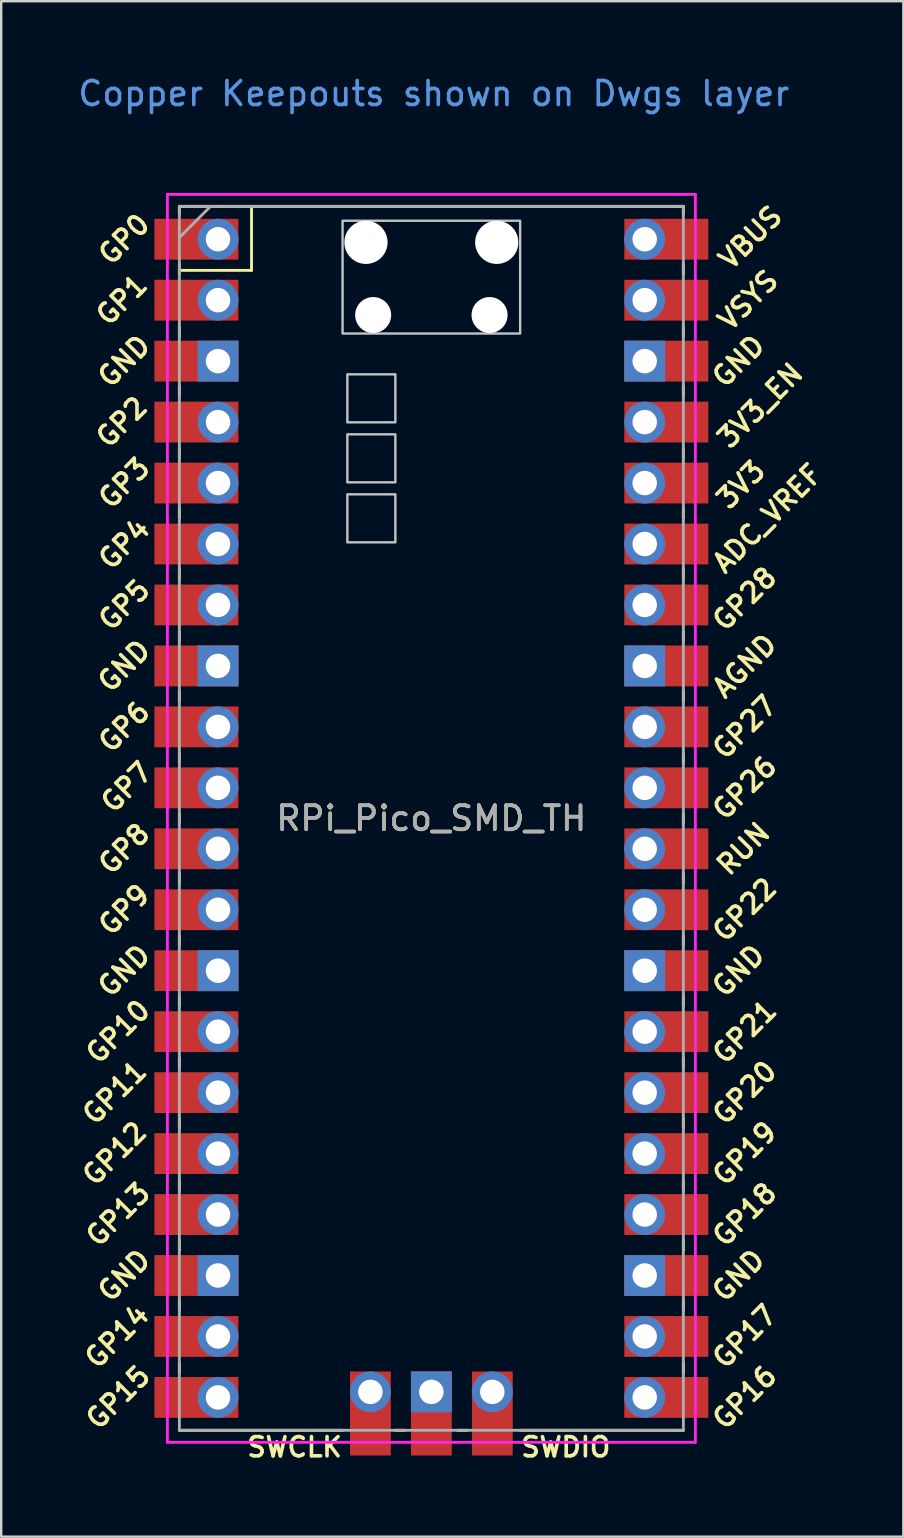
<source format=kicad_pcb>
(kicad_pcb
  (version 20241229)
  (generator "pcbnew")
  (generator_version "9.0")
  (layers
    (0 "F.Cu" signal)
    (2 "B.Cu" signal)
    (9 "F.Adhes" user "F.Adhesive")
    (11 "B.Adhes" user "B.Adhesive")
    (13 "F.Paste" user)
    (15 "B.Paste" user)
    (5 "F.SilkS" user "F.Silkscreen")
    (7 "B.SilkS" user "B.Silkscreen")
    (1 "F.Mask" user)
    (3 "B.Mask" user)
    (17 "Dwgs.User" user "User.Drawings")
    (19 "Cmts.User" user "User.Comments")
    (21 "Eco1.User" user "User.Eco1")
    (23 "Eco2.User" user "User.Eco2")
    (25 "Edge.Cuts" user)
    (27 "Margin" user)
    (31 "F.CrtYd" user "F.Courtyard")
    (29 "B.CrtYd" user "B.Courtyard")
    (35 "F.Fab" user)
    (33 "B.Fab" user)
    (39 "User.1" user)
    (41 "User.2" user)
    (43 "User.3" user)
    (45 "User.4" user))
  (footprint "RPi_Pico_SMD_TH"
    (layer "F.Cu")
    (at 14.924 31.048)
    (property "Reference" "RPi_Pico_SMD_TH" (at 0 0 0) (layer "F.SilkS") (effects (font (size 1 1) (thickness 0.15))))
    (attr through_hole)
    (fp_line (start -10.5 -25.5) (end -10.5 -25.2) (stroke (width 0.12) (type solid)) (layer "F.SilkS"))
    (fp_line (start -10.5 -25.5) (end 10.5 -25.5) (stroke (width 0.12) (type solid)) (layer "F.SilkS"))
    (fp_line (start -10.5 -23.1) (end -10.5 -22.7) (stroke (width 0.12) (type solid)) (layer "F.SilkS"))
    (fp_line (start -10.5 -22.833) (end -7.493 -22.833) (stroke (width 0.12) (type solid)) (layer "F.SilkS"))
    (fp_line (start -10.5 -20.5) (end -10.5 -20.1) (stroke (width 0.12) (type solid)) (layer "F.SilkS"))
    (fp_line (start -10.5 -18) (end -10.5 -17.6) (stroke (width 0.12) (type solid)) (layer "F.SilkS"))
    (fp_line (start -10.5 -15.4) (end -10.5 -15) (stroke (width 0.12) (type solid)) (layer "F.SilkS"))
    (fp_line (start -10.5 -12.9) (end -10.5 -12.5) (stroke (width 0.12) (type solid)) (layer "F.SilkS"))
    (fp_line (start -10.5 -10.4) (end -10.5 -10) (stroke (width 0.12) (type solid)) (layer "F.SilkS"))
    (fp_line (start -10.5 -7.8) (end -10.5 -7.4) (stroke (width 0.12) (type solid)) (layer "F.SilkS"))
    (fp_line (start -10.5 -5.3) (end -10.5 -4.9) (stroke (width 0.12) (type solid)) (layer "F.SilkS"))
    (fp_line (start -10.5 -2.7) (end -10.5 -2.3) (stroke (width 0.12) (type solid)) (layer "F.SilkS"))
    (fp_line (start -10.5 -0.2) (end -10.5 0.2) (stroke (width 0.12) (type solid)) (layer "F.SilkS"))
    (fp_line (start -10.5 2.3) (end -10.5 2.7) (stroke (width 0.12) (type solid)) (layer "F.SilkS"))
    (fp_line (start -10.5 4.9) (end -10.5 5.3) (stroke (width 0.12) (type solid)) (layer "F.SilkS"))
    (fp_line (start -10.5 7.4) (end -10.5 7.8) (stroke (width 0.12) (type solid)) (layer "F.SilkS"))
    (fp_line (start -10.5 10) (end -10.5 10.4) (stroke (width 0.12) (type solid)) (layer "F.SilkS"))
    (fp_line (start -10.5 12.5) (end -10.5 12.9) (stroke (width 0.12) (type solid)) (layer "F.SilkS"))
    (fp_line (start -10.5 15.1) (end -10.5 15.5) (stroke (width 0.12) (type solid)) (layer "F.SilkS"))
    (fp_line (start -10.5 17.6) (end -10.5 18) (stroke (width 0.12) (type solid)) (layer "F.SilkS"))
    (fp_line (start -10.5 20.1) (end -10.5 20.5) (stroke (width 0.12) (type solid)) (layer "F.SilkS"))
    (fp_line (start -10.5 22.7) (end -10.5 23.1) (stroke (width 0.12) (type solid)) (layer "F.SilkS"))
    (fp_line (start -7.493 -22.833) (end -7.493 -25.5) (stroke (width 0.12) (type solid)) (layer "F.SilkS"))
    (fp_line (start -3.7 25.5) (end -10.5 25.5) (stroke (width 0.12) (type solid)) (layer "F.SilkS"))
    (fp_line (start -1.5 25.5) (end -1.1 25.5) (stroke (width 0.12) (type solid)) (layer "F.SilkS"))
    (fp_line (start 1.1 25.5) (end 1.5 25.5) (stroke (width 0.12) (type solid)) (layer "F.SilkS"))
    (fp_line (start 10.5 -25.5) (end 10.5 -25.2) (stroke (width 0.12) (type solid)) (layer "F.SilkS"))
    (fp_line (start 10.5 -23.1) (end 10.5 -22.7) (stroke (width 0.12) (type solid)) (layer "F.SilkS"))
    (fp_line (start 10.5 -20.5) (end 10.5 -20.1) (stroke (width 0.12) (type solid)) (layer "F.SilkS"))
    (fp_line (start 10.5 -18) (end 10.5 -17.6) (stroke (width 0.12) (type solid)) (layer "F.SilkS"))
    (fp_line (start 10.5 -15.4) (end 10.5 -15) (stroke (width 0.12) (type solid)) (layer "F.SilkS"))
    (fp_line (start 10.5 -12.9) (end 10.5 -12.5) (stroke (width 0.12) (type solid)) (layer "F.SilkS"))
    (fp_line (start 10.5 -10.4) (end 10.5 -10) (stroke (width 0.12) (type solid)) (layer "F.SilkS"))
    (fp_line (start 10.5 -7.8) (end 10.5 -7.4) (stroke (width 0.12) (type solid)) (layer "F.SilkS"))
    (fp_line (start 10.5 -5.3) (end 10.5 -4.9) (stroke (width 0.12) (type solid)) (layer "F.SilkS"))
    (fp_line (start 10.5 -2.7) (end 10.5 -2.3) (stroke (width 0.12) (type solid)) (layer "F.SilkS"))
    (fp_line (start 10.5 -0.2) (end 10.5 0.2) (stroke (width 0.12) (type solid)) (layer "F.SilkS"))
    (fp_line (start 10.5 2.3) (end 10.5 2.7) (stroke (width 0.12) (type solid)) (layer "F.SilkS"))
    (fp_line (start 10.5 4.9) (end 10.5 5.3) (stroke (width 0.12) (type solid)) (layer "F.SilkS"))
    (fp_line (start 10.5 7.4) (end 10.5 7.8) (stroke (width 0.12) (type solid)) (layer "F.SilkS"))
    (fp_line (start 10.5 10) (end 10.5 10.4) (stroke (width 0.12) (type solid)) (layer "F.SilkS"))
    (fp_line (start 10.5 12.5) (end 10.5 12.9) (stroke (width 0.12) (type solid)) (layer "F.SilkS"))
    (fp_line (start 10.5 15.1) (end 10.5 15.5) (stroke (width 0.12) (type solid)) (layer "F.SilkS"))
    (fp_line (start 10.5 17.6) (end 10.5 18) (stroke (width 0.12) (type solid)) (layer "F.SilkS"))
    (fp_line (start 10.5 20.1) (end 10.5 20.5) (stroke (width 0.12) (type solid)) (layer "F.SilkS"))
    (fp_line (start 10.5 22.7) (end 10.5 23.1) (stroke (width 0.12) (type solid)) (layer "F.SilkS"))
    (fp_line (start 10.5 25.5) (end 3.7 25.5) (stroke (width 0.12) (type solid)) (layer "F.SilkS"))
    (fp_poly (pts (xy -1.5 -16.5) (xy -3.5 -16.5) (xy -3.5 -18.5) (xy -1.5 -18.5)) (stroke (width 0.1) (type solid)) (fill no) (layer "Dwgs.User"))
    (fp_poly (pts (xy -1.5 -14) (xy -3.5 -14) (xy -3.5 -16) (xy -1.5 -16)) (stroke (width 0.1) (type solid)) (fill no) (layer "Dwgs.User"))
    (fp_poly (pts (xy -1.5 -11.5) (xy -3.5 -11.5) (xy -3.5 -13.5) (xy -1.5 -13.5)) (stroke (width 0.1) (type solid)) (fill no) (layer "Dwgs.User"))
    (fp_poly (pts (xy 3.7 -20.2) (xy -3.7 -20.2) (xy -3.7 -24.9) (xy 3.7 -24.9)) (stroke (width 0.1) (type solid)) (fill no) (layer "Dwgs.User"))
    (fp_line (start -11 -26) (end 11 -26) (stroke (width 0.12) (type solid)) (layer "F.CrtYd"))
    (fp_line (start -11 26) (end -11 -26) (stroke (width 0.12) (type solid)) (layer "F.CrtYd"))
    (fp_line (start 11 -26) (end 11 26) (stroke (width 0.12) (type solid)) (layer "F.CrtYd"))
    (fp_line (start 11 26) (end -11 26) (stroke (width 0.12) (type solid)) (layer "F.CrtYd"))
    (fp_line (start -10.5 -25.5) (end 10.5 -25.5) (stroke (width 0.12) (type solid)) (layer "F.Fab"))
    (fp_line (start -10.5 -24.2) (end -9.2 -25.5) (stroke (width 0.12) (type solid)) (layer "F.Fab"))
    (fp_line (start -10.5 25.5) (end -10.5 -25.5) (stroke (width 0.12) (type solid)) (layer "F.Fab"))
    (fp_line (start 10.5 -25.5) (end 10.5 25.5) (stroke (width 0.12) (type solid)) (layer "F.Fab"))
    (fp_line (start 10.5 25.5) (end -10.5 25.5) (stroke (width 0.12) (type solid)) (layer "F.Fab"))
    (fp_text user "GP19" (at 13.054 13.97 45) (layer "F.SilkS") (effects (font (size 0.8 0.8) (thickness 0.15))))
    (fp_text user "GP17" (at 13.054 21.59 45) (layer "F.SilkS") (effects (font (size 0.8 0.8) (thickness 0.15))))
    (fp_text user "GND" (at -12.8 -19.05 45) (layer "F.SilkS") (effects (font (size 0.8 0.8) (thickness 0.15))))
    (fp_text user "GP3" (at -12.8 -13.97 45) (layer "F.SilkS") (effects (font (size 0.8 0.8) (thickness 0.15))))
    (fp_text user "GP16" (at 13.054 24.13 45) (layer "F.SilkS") (effects (font (size 0.8 0.8) (thickness 0.15))))
    (fp_text user "GP12" (at -13.2 13.97 45) (layer "F.SilkS") (effects (font (size 0.8 0.8) (thickness 0.15))))
    (fp_text user "GP26" (at 13.054 -1.27 45) (layer "F.SilkS") (effects (font (size 0.8 0.8) (thickness 0.15))))
    (fp_text user "GND" (at 12.8 6.35 45) (layer "F.SilkS") (effects (font (size 0.8 0.8) (thickness 0.15))))
    (fp_text user "GP8" (at -12.8 1.27 45) (layer "F.SilkS") (effects (font (size 0.8 0.8) (thickness 0.15))))
    (fp_text user "GND" (at -12.8 19.05 45) (layer "F.SilkS") (effects (font (size 0.8 0.8) (thickness 0.15))))
    (fp_text user "SWCLK" (at -5.7 26.2 0) (layer "F.SilkS") (effects (font (size 0.8 0.8) (thickness 0.15))))
    (fp_text user "GND" (at 12.8 19.05 45) (layer "F.SilkS") (effects (font (size 0.8 0.8) (thickness 0.15))))
    (fp_text user "SWDIO" (at 5.6 26.2 0) (layer "F.SilkS") (effects (font (size 0.8 0.8) (thickness 0.15))))
    (fp_text user "RUN" (at 13 1.27 45) (layer "F.SilkS") (effects (font (size 0.8 0.8) (thickness 0.15))))
    (fp_text user "GP22" (at 13.054 3.81 45) (layer "F.SilkS") (effects (font (size 0.8 0.8) (thickness 0.15))))
    (fp_text user "GP0" (at -12.8 -24.13 45) (layer "F.SilkS") (effects (font (size 0.8 0.8) (thickness 0.15))))
    (fp_text user "GP4" (at -12.8 -11.43 45) (layer "F.SilkS") (effects (font (size 0.8 0.8) (thickness 0.15))))
    (fp_text user "GP15" (at -13.054 24.13 45) (layer "F.SilkS") (effects (font (size 0.8 0.8) (thickness 0.15))))
    (fp_text user "GP7" (at -12.7 -1.3 45) (layer "F.SilkS") (effects (font (size 0.8 0.8) (thickness 0.15))))
    (fp_text user "GND" (at -12.8 6.35 45) (layer "F.SilkS") (effects (font (size 0.8 0.8) (thickness 0.15))))
    (fp_text user "GP2" (at -12.9 -16.51 45) (layer "F.SilkS") (effects (font (size 0.8 0.8) (thickness 0.15))))
    (fp_text user "GP6" (at -12.8 -3.81 45) (layer "F.SilkS") (effects (font (size 0.8 0.8) (thickness 0.15))))
    (fp_text user "GP10" (at -13.054 8.89 45) (layer "F.SilkS") (effects (font (size 0.8 0.8) (thickness 0.15))))
    (fp_text user "GND" (at 12.8 -19.05 45) (layer "F.SilkS") (effects (font (size 0.8 0.8) (thickness 0.15))))
    (fp_text user "GP14" (at -13.1 21.59 45) (layer "F.SilkS") (effects (font (size 0.8 0.8) (thickness 0.15))))
    (fp_text user "GP13" (at -13.054 16.51 45) (layer "F.SilkS") (effects (font (size 0.8 0.8) (thickness 0.15))))
    (fp_text user "GP18" (at 13.054 16.51 45) (layer "F.SilkS") (effects (font (size 0.8 0.8) (thickness 0.15))))
    (fp_text user "GND" (at -12.8 -6.35 45) (layer "F.SilkS") (effects (font (size 0.8 0.8) (thickness 0.15))))
    (fp_text user "GP20" (at 13.054 11.43 45) (layer "F.SilkS") (effects (font (size 0.8 0.8) (thickness 0.15))))
    (fp_text user "ADC_VREF" (at 14 -12.5 45) (layer "F.SilkS") (effects (font (size 0.8 0.8) (thickness 0.15))))
    (fp_text user "GP21" (at 13.054 8.9 45) (layer "F.SilkS") (effects (font (size 0.8 0.8) (thickness 0.15))))
    (fp_text user "GP1" (at -12.9 -21.6 45) (layer "F.SilkS") (effects (font (size 0.8 0.8) (thickness 0.15))))
    (fp_text user "GP5" (at -12.8 -8.89 45) (layer "F.SilkS") (effects (font (size 0.8 0.8) (thickness 0.15))))
    (fp_text user "GP28" (at 13.054 -9.144 45) (layer "F.SilkS") (effects (font (size 0.8 0.8) (thickness 0.15))))
    (fp_text user "VSYS" (at 13.2 -21.59 45) (layer "F.SilkS") (effects (font (size 0.8 0.8) (thickness 0.15))))
    (fp_text user "VBUS" (at 13.3 -24.2 45) (layer "F.SilkS") (effects (font (size 0.8 0.8) (thickness 0.15))))
    (fp_text user "3V3_EN" (at 13.7 -17.2 45) (layer "F.SilkS") (effects (font (size 0.8 0.8) (thickness 0.15))))
    (fp_text user "GP9" (at -12.8 3.81 45) (layer "F.SilkS") (effects (font (size 0.8 0.8) (thickness 0.15))))
    (fp_text user "GP27" (at 13.054 -3.8 45) (layer "F.SilkS") (effects (font (size 0.8 0.8) (thickness 0.15))))
    (fp_text user "3V3" (at 12.9 -13.9 45) (layer "F.SilkS") (effects (font (size 0.8 0.8) (thickness 0.15))))
    (fp_text user "GP11" (at -13.2 11.43 45) (layer "F.SilkS") (effects (font (size 0.8 0.8) (thickness 0.15))))
    (fp_text user "AGND" (at 13.054 -6.35 45) (layer "F.SilkS") (effects (font (size 0.8 0.8) (thickness 0.15))))
    (fp_text user "Copper Keepouts shown on Dwgs layer" (at 0.1 -30.2 0) (layer "Cmts.User") (effects (font (size 1 1) (thickness 0.15))))
    (fp_text user "${REFERENCE}" (at 0 0 180) (layer "F.Fab") (effects (font (size 1 1) (thickness 0.15))))
    (pad "" np_thru_hole oval (at -2.725 -24) (size 1.8 1.8) (drill 1.8) (layers "*.Cu" "*.Mask"))
    (pad "" np_thru_hole oval (at -2.425 -20.97) (size 1.5 1.5) (drill 1.5) (layers "*.Cu" "*.Mask"))
    (pad "" np_thru_hole oval (at 2.425 -20.97) (size 1.5 1.5) (drill 1.5) (layers "*.Cu" "*.Mask"))
    (pad "" np_thru_hole oval (at 2.725 -24) (size 1.8 1.8) (drill 1.8) (layers "*.Cu" "*.Mask"))
    (pad "1" thru_hole oval (at -8.89 -24.13) (size 1.7 1.7) (drill 1.02) (layers "*.Cu" "*.Mask"))
    (pad "1" smd rect (at -8.89 -24.13) (size 3.5 1.7) (drill (offset -0.9 0)) (layers "F.Cu" "F.Mask"))
    (pad "2" thru_hole oval (at -8.89 -21.59) (size 1.7 1.7) (drill 1.02) (layers "*.Cu" "*.Mask"))
    (pad "2" smd rect (at -8.89 -21.59) (size 3.5 1.7) (drill (offset -0.9 0)) (layers "F.Cu" "F.Mask"))
    (pad "3" thru_hole rect (at -8.89 -19.05) (size 1.7 1.7) (drill 1.02) (layers "*.Cu" "*.Mask"))
    (pad "3" smd rect (at -8.89 -19.05) (size 3.5 1.7) (drill (offset -0.9 0)) (layers "F.Cu" "F.Mask"))
    (pad "4" thru_hole oval (at -8.89 -16.51) (size 1.7 1.7) (drill 1.02) (layers "*.Cu" "*.Mask"))
    (pad "4" smd rect (at -8.89 -16.51) (size 3.5 1.7) (drill (offset -0.9 0)) (layers "F.Cu" "F.Mask"))
    (pad "5" thru_hole oval (at -8.89 -13.97) (size 1.7 1.7) (drill 1.02) (layers "*.Cu" "*.Mask"))
    (pad "5" smd rect (at -8.89 -13.97) (size 3.5 1.7) (drill (offset -0.9 0)) (layers "F.Cu" "F.Mask"))
    (pad "6" thru_hole oval (at -8.89 -11.43) (size 1.7 1.7) (drill 1.02) (layers "*.Cu" "*.Mask"))
    (pad "6" smd rect (at -8.89 -11.43) (size 3.5 1.7) (drill (offset -0.9 0)) (layers "F.Cu" "F.Mask"))
    (pad "7" thru_hole oval (at -8.89 -8.89) (size 1.7 1.7) (drill 1.02) (layers "*.Cu" "*.Mask"))
    (pad "7" smd rect (at -8.89 -8.89) (size 3.5 1.7) (drill (offset -0.9 0)) (layers "F.Cu" "F.Mask"))
    (pad "8" thru_hole rect (at -8.89 -6.35) (size 1.7 1.7) (drill 1.02) (layers "*.Cu" "*.Mask"))
    (pad "8" smd rect (at -8.89 -6.35) (size 3.5 1.7) (drill (offset -0.9 0)) (layers "F.Cu" "F.Mask"))
    (pad "9" thru_hole oval (at -8.89 -3.81) (size 1.7 1.7) (drill 1.02) (layers "*.Cu" "*.Mask"))
    (pad "9" smd rect (at -8.89 -3.81) (size 3.5 1.7) (drill (offset -0.9 0)) (layers "F.Cu" "F.Mask"))
    (pad "10" thru_hole oval (at -8.89 -1.27) (size 1.7 1.7) (drill 1.02) (layers "*.Cu" "*.Mask"))
    (pad "10" smd rect (at -8.89 -1.27) (size 3.5 1.7) (drill (offset -0.9 0)) (layers "F.Cu" "F.Mask"))
    (pad "11" thru_hole oval (at -8.89 1.27) (size 1.7 1.7) (drill 1.02) (layers "*.Cu" "*.Mask"))
    (pad "11" smd rect (at -8.89 1.27) (size 3.5 1.7) (drill (offset -0.9 0)) (layers "F.Cu" "F.Mask"))
    (pad "12" thru_hole oval (at -8.89 3.81) (size 1.7 1.7) (drill 1.02) (layers "*.Cu" "*.Mask"))
    (pad "12" smd rect (at -8.89 3.81) (size 3.5 1.7) (drill (offset -0.9 0)) (layers "F.Cu" "F.Mask"))
    (pad "13" thru_hole rect (at -8.89 6.35) (size 1.7 1.7) (drill 1.02) (layers "*.Cu" "*.Mask"))
    (pad "13" smd rect (at -8.89 6.35) (size 3.5 1.7) (drill (offset -0.9 0)) (layers "F.Cu" "F.Mask"))
    (pad "14" thru_hole oval (at -8.89 8.89) (size 1.7 1.7) (drill 1.02) (layers "*.Cu" "*.Mask"))
    (pad "14" smd rect (at -8.89 8.89) (size 3.5 1.7) (drill (offset -0.9 0)) (layers "F.Cu" "F.Mask"))
    (pad "15" thru_hole oval (at -8.89 11.43) (size 1.7 1.7) (drill 1.02) (layers "*.Cu" "*.Mask"))
    (pad "15" smd rect (at -8.89 11.43) (size 3.5 1.7) (drill (offset -0.9 0)) (layers "F.Cu" "F.Mask"))
    (pad "16" thru_hole oval (at -8.89 13.97) (size 1.7 1.7) (drill 1.02) (layers "*.Cu" "*.Mask"))
    (pad "16" smd rect (at -8.89 13.97) (size 3.5 1.7) (drill (offset -0.9 0)) (layers "F.Cu" "F.Mask"))
    (pad "17" thru_hole oval (at -8.89 16.51) (size 1.7 1.7) (drill 1.02) (layers "*.Cu" "*.Mask"))
    (pad "17" smd rect (at -8.89 16.51) (size 3.5 1.7) (drill (offset -0.9 0)) (layers "F.Cu" "F.Mask"))
    (pad "18" thru_hole rect (at -8.89 19.05) (size 1.7 1.7) (drill 1.02) (layers "*.Cu" "*.Mask"))
    (pad "18" smd rect (at -8.89 19.05) (size 3.5 1.7) (drill (offset -0.9 0)) (layers "F.Cu" "F.Mask"))
    (pad "19" thru_hole oval (at -8.89 21.59) (size 1.7 1.7) (drill 1.02) (layers "*.Cu" "*.Mask"))
    (pad "19" smd rect (at -8.89 21.59) (size 3.5 1.7) (drill (offset -0.9 0)) (layers "F.Cu" "F.Mask"))
    (pad "20" thru_hole oval (at -8.89 24.13) (size 1.7 1.7) (drill 1.02) (layers "*.Cu" "*.Mask"))
    (pad "20" smd rect (at -8.89 24.13) (size 3.5 1.7) (drill (offset -0.9 0)) (layers "F.Cu" "F.Mask"))
    (pad "21" thru_hole oval (at 8.89 24.13) (size 1.7 1.7) (drill 1.02) (layers "*.Cu" "*.Mask"))
    (pad "21" smd rect (at 8.89 24.13) (size 3.5 1.7) (drill (offset 0.9 0)) (layers "F.Cu" "F.Mask"))
    (pad "22" thru_hole oval (at 8.89 21.59) (size 1.7 1.7) (drill 1.02) (layers "*.Cu" "*.Mask"))
    (pad "22" smd rect (at 8.89 21.59) (size 3.5 1.7) (drill (offset 0.9 0)) (layers "F.Cu" "F.Mask"))
    (pad "23" thru_hole rect (at 8.89 19.05) (size 1.7 1.7) (drill 1.02) (layers "*.Cu" "*.Mask"))
    (pad "23" smd rect (at 8.89 19.05) (size 3.5 1.7) (drill (offset 0.9 0)) (layers "F.Cu" "F.Mask"))
    (pad "24" thru_hole oval (at 8.89 16.51) (size 1.7 1.7) (drill 1.02) (layers "*.Cu" "*.Mask"))
    (pad "24" smd rect (at 8.89 16.51) (size 3.5 1.7) (drill (offset 0.9 0)) (layers "F.Cu" "F.Mask"))
    (pad "25" thru_hole oval (at 8.89 13.97) (size 1.7 1.7) (drill 1.02) (layers "*.Cu" "*.Mask"))
    (pad "25" smd rect (at 8.89 13.97) (size 3.5 1.7) (drill (offset 0.9 0)) (layers "F.Cu" "F.Mask"))
    (pad "26" thru_hole oval (at 8.89 11.43) (size 1.7 1.7) (drill 1.02) (layers "*.Cu" "*.Mask"))
    (pad "26" smd rect (at 8.89 11.43) (size 3.5 1.7) (drill (offset 0.9 0)) (layers "F.Cu" "F.Mask"))
    (pad "27" thru_hole oval (at 8.89 8.89) (size 1.7 1.7) (drill 1.02) (layers "*.Cu" "*.Mask"))
    (pad "27" smd rect (at 8.89 8.89) (size 3.5 1.7) (drill (offset 0.9 0)) (layers "F.Cu" "F.Mask"))
    (pad "28" thru_hole rect (at 8.89 6.35) (size 1.7 1.7) (drill 1.02) (layers "*.Cu" "*.Mask"))
    (pad "28" smd rect (at 8.89 6.35) (size 3.5 1.7) (drill (offset 0.9 0)) (layers "F.Cu" "F.Mask"))
    (pad "29" thru_hole oval (at 8.89 3.81) (size 1.7 1.7) (drill 1.02) (layers "*.Cu" "*.Mask"))
    (pad "29" smd rect (at 8.89 3.81) (size 3.5 1.7) (drill (offset 0.9 0)) (layers "F.Cu" "F.Mask"))
    (pad "30" thru_hole oval (at 8.89 1.27) (size 1.7 1.7) (drill 1.02) (layers "*.Cu" "*.Mask"))
    (pad "30" smd rect (at 8.89 1.27) (size 3.5 1.7) (drill (offset 0.9 0)) (layers "F.Cu" "F.Mask"))
    (pad "31" thru_hole oval (at 8.89 -1.27) (size 1.7 1.7) (drill 1.02) (layers "*.Cu" "*.Mask"))
    (pad "31" smd rect (at 8.89 -1.27) (size 3.5 1.7) (drill (offset 0.9 0)) (layers "F.Cu" "F.Mask"))
    (pad "32" thru_hole oval (at 8.89 -3.81) (size 1.7 1.7) (drill 1.02) (layers "*.Cu" "*.Mask"))
    (pad "32" smd rect (at 8.89 -3.81) (size 3.5 1.7) (drill (offset 0.9 0)) (layers "F.Cu" "F.Mask"))
    (pad "33" thru_hole rect (at 8.89 -6.35) (size 1.7 1.7) (drill 1.02) (layers "*.Cu" "*.Mask"))
    (pad "33" smd rect (at 8.89 -6.35) (size 3.5 1.7) (drill (offset 0.9 0)) (layers "F.Cu" "F.Mask"))
    (pad "34" thru_hole oval (at 8.89 -8.89) (size 1.7 1.7) (drill 1.02) (layers "*.Cu" "*.Mask"))
    (pad "34" smd rect (at 8.89 -8.89) (size 3.5 1.7) (drill (offset 0.9 0)) (layers "F.Cu" "F.Mask"))
    (pad "35" thru_hole oval (at 8.89 -11.43) (size 1.7 1.7) (drill 1.02) (layers "*.Cu" "*.Mask"))
    (pad "35" smd rect (at 8.89 -11.43) (size 3.5 1.7) (drill (offset 0.9 0)) (layers "F.Cu" "F.Mask"))
    (pad "36" thru_hole oval (at 8.89 -13.97) (size 1.7 1.7) (drill 1.02) (layers "*.Cu" "*.Mask"))
    (pad "36" smd rect (at 8.89 -13.97) (size 3.5 1.7) (drill (offset 0.9 0)) (layers "F.Cu" "F.Mask"))
    (pad "37" thru_hole oval (at 8.89 -16.51) (size 1.7 1.7) (drill 1.02) (layers "*.Cu" "*.Mask"))
    (pad "37" smd rect (at 8.89 -16.51) (size 3.5 1.7) (drill (offset 0.9 0)) (layers "F.Cu" "F.Mask"))
    (pad "38" thru_hole rect (at 8.89 -19.05) (size 1.7 1.7) (drill 1.02) (layers "*.Cu" "*.Mask"))
    (pad "38" smd rect (at 8.89 -19.05) (size 3.5 1.7) (drill (offset 0.9 0)) (layers "F.Cu" "F.Mask"))
    (pad "39" thru_hole oval (at 8.89 -21.59) (size 1.7 1.7) (drill 1.02) (layers "*.Cu" "*.Mask"))
    (pad "39" smd rect (at 8.89 -21.59) (size 3.5 1.7) (drill (offset 0.9 0)) (layers "F.Cu" "F.Mask"))
    (pad "40" thru_hole oval (at 8.89 -24.13) (size 1.7 1.7) (drill 1.02) (layers "*.Cu" "*.Mask"))
    (pad "40" smd rect (at 8.89 -24.13) (size 3.5 1.7) (drill (offset 0.9 0)) (layers "F.Cu" "F.Mask"))
    (pad "41" thru_hole oval (at -2.54 23.9) (size 1.7 1.7) (drill 1.02) (layers "*.Cu" "*.Mask"))
    (pad "41" smd rect (at -2.54 23.9 90) (size 3.5 1.7) (drill (offset -0.9 0)) (layers "F.Cu" "F.Mask"))
    (pad "42" thru_hole rect (at 0 23.9) (size 1.7 1.7) (drill 1.02) (layers "*.Cu" "*.Mask"))
    (pad "42" smd rect (at 0 23.9 90) (size 3.5 1.7) (drill (offset -0.9 0)) (layers "F.Cu" "F.Mask"))
    (pad "43" thru_hole oval (at 2.54 23.9) (size 1.7 1.7) (drill 1.02) (layers "*.Cu" "*.Mask"))
    (pad "43" smd rect (at 2.54 23.9 90) (size 3.5 1.7) (drill (offset -0.9 0)) (layers "F.Cu" "F.Mask")))
  (gr_rect
    (start -3 -3)
    (end 34.591 60.98)
    (stroke (width 0.1) (type default))
    (fill no)
    (layer "Edge.Cuts")))
</source>
